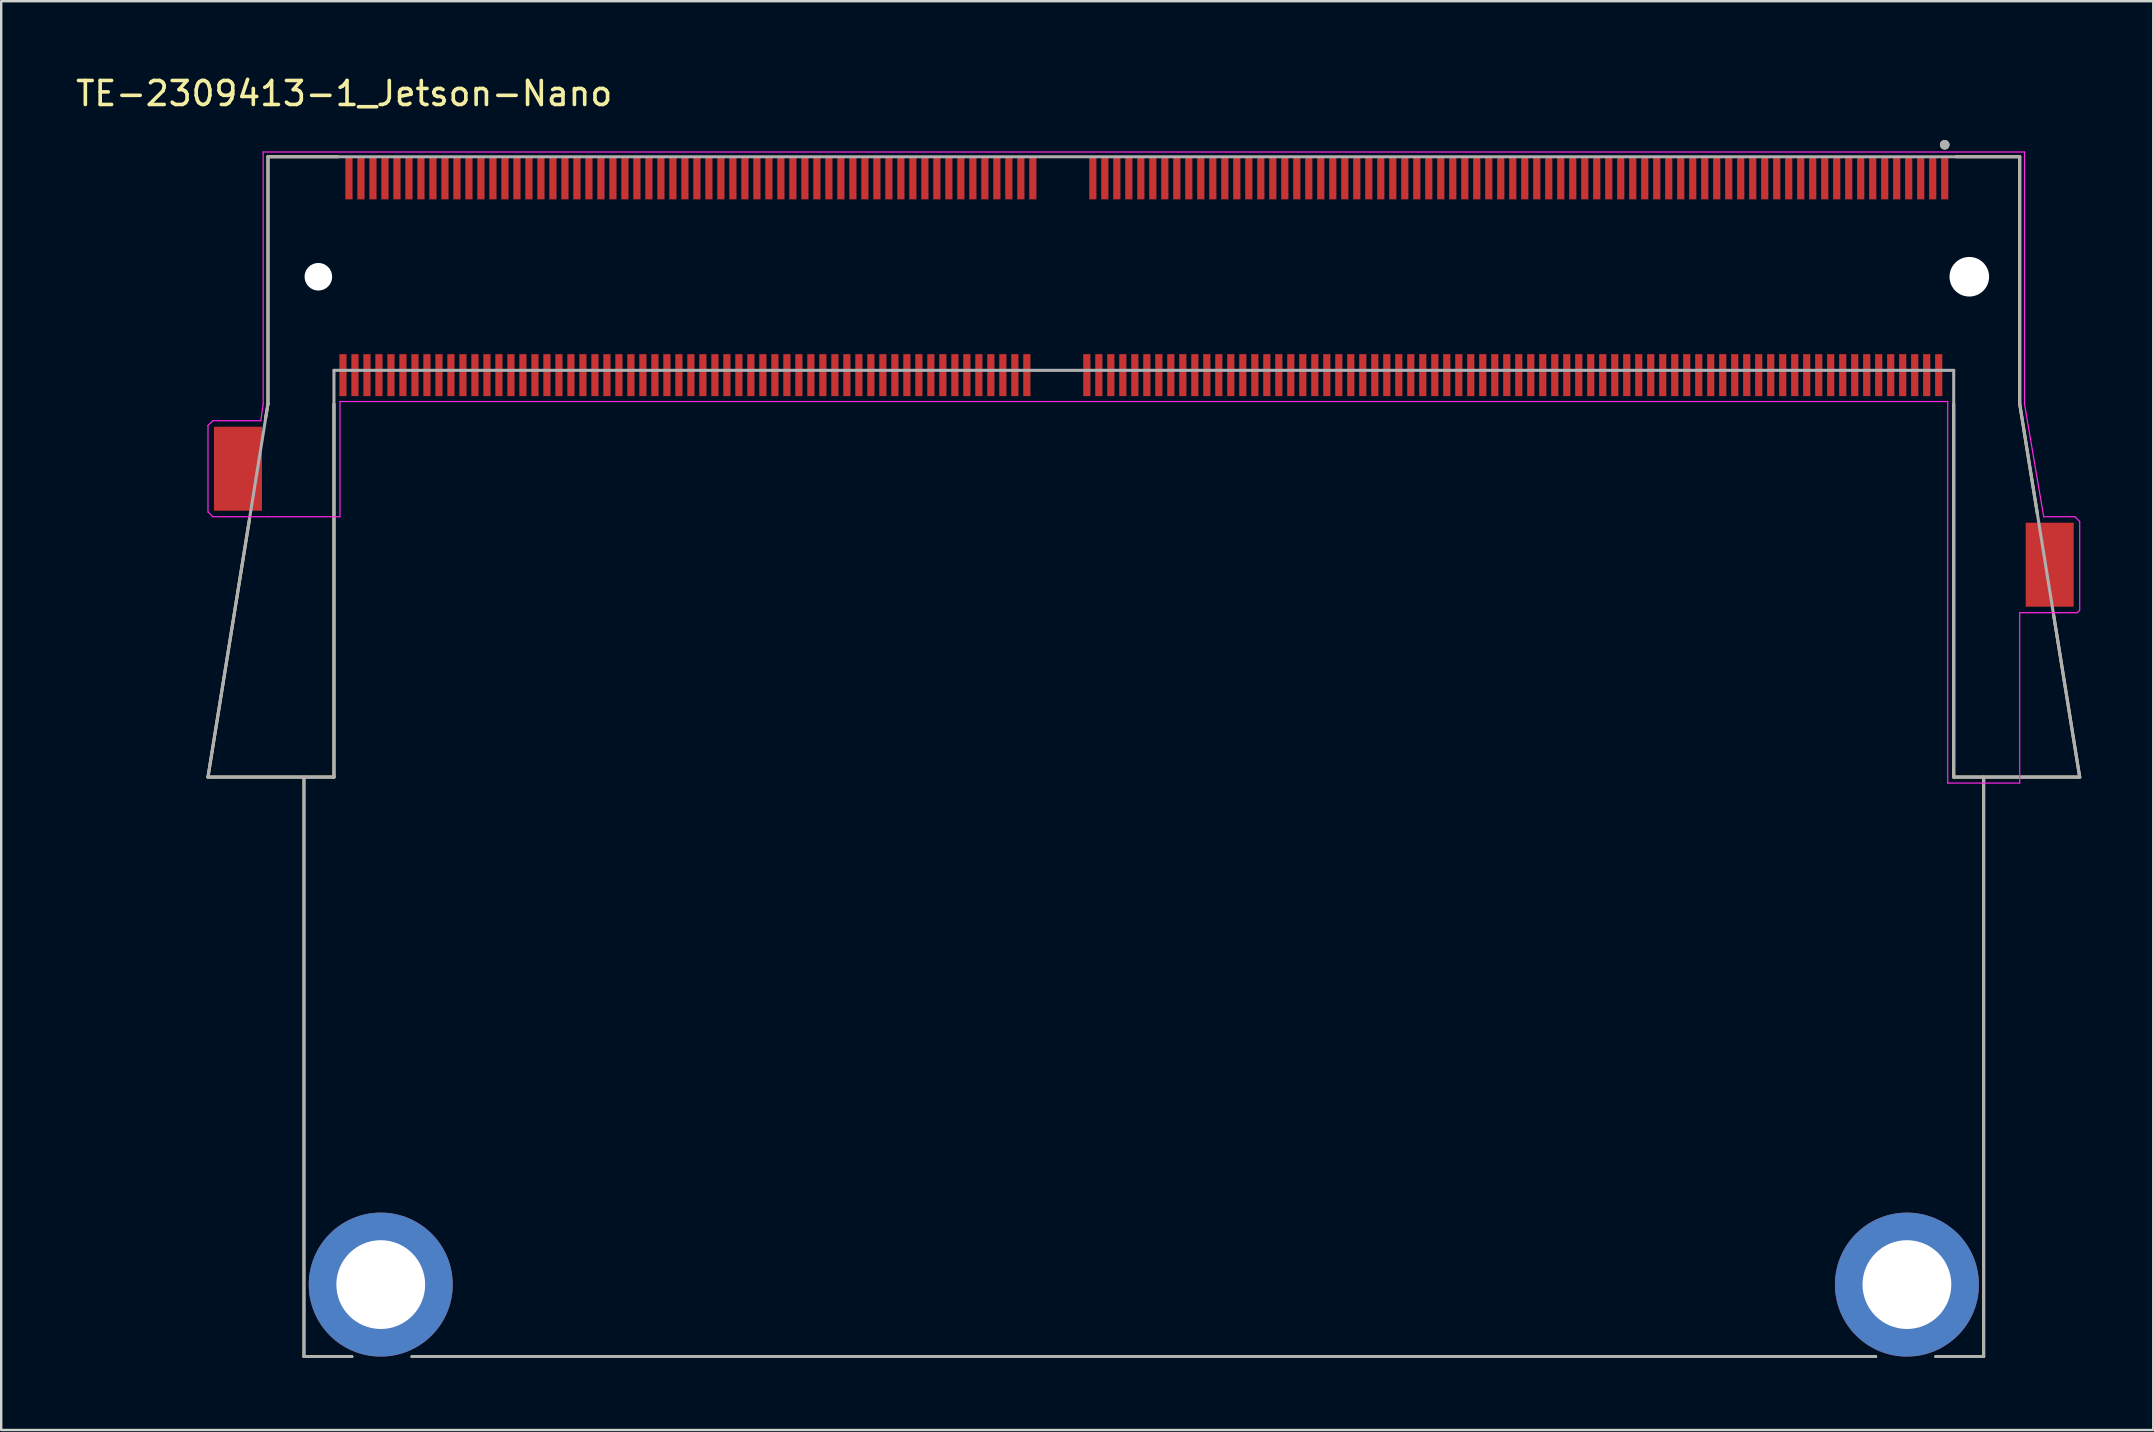
<source format=kicad_pcb>
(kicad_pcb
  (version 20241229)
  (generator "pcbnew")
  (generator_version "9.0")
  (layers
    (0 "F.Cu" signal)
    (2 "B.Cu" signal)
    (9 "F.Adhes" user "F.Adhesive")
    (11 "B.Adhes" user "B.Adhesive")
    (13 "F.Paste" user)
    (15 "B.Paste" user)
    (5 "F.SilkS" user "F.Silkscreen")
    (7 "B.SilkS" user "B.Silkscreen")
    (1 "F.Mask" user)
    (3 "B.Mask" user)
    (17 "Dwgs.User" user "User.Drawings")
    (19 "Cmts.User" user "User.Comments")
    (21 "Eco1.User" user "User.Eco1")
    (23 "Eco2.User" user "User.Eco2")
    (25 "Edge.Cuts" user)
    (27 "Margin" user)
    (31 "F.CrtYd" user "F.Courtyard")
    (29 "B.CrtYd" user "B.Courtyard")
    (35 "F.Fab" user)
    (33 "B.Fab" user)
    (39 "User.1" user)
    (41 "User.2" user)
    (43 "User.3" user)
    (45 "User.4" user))
  (footprint "TE-2309413-1_Jetson-Nano"
    (layer "F.Cu")
    (at 41.117 8.483)
    (property "Reference" "TE-2309413-1_Jetson-Nano" (at -29.825 -7.635 0) (layer "F.SilkS") (effects (font (size 1 1) (thickness 0.15))))
    (attr through_hole)
    (fp_line (start -35.5 20.85) (end -33.77 10.105) (stroke (width 0.127) (type solid)) (layer "F.SilkS"))
    (fp_line (start -35.5 20.85) (end -30.25 20.85) (stroke (width 0.127) (type solid)) (layer "F.SilkS"))
    (fp_line (start -33 -5) (end -33 5.3) (stroke (width 0.127) (type solid)) (layer "F.SilkS"))
    (fp_line (start -33 5.3) (end -33.1 5.9) (stroke (width 0.127) (type solid)) (layer "F.SilkS"))
    (fp_line (start -31.5 45) (end -31.5 20.85) (stroke (width 0.12) (type solid)) (layer "F.SilkS"))
    (fp_line (start -31.5 45) (end -29.5 45) (stroke (width 0.12) (type solid)) (layer "F.SilkS"))
    (fp_line (start -30.25 20.85) (end -30.25 5.3) (stroke (width 0.127) (type solid)) (layer "F.SilkS"))
    (fp_line (start -30.095 -5) (end -33 -5) (stroke (width 0.127) (type solid)) (layer "F.SilkS"))
    (fp_line (start -27 45) (end 34 45) (stroke (width 0.12) (type solid)) (layer "F.SilkS"))
    (fp_line (start 37.25 5.3) (end 37.25 20.85) (stroke (width 0.127) (type solid)) (layer "F.SilkS"))
    (fp_line (start 37.25 20.85) (end 42.5 20.85) (stroke (width 0.127) (type solid)) (layer "F.SilkS"))
    (fp_line (start 38.5 45) (end 36.5 45) (stroke (width 0.12) (type solid)) (layer "F.SilkS"))
    (fp_line (start 38.5 45) (end 38.5 20.85) (stroke (width 0.12) (type solid)) (layer "F.SilkS"))
    (fp_line (start 40 -5) (end 37.345 -5) (stroke (width 0.127) (type solid)) (layer "F.SilkS"))
    (fp_line (start 40 5.3) (end 40 -5) (stroke (width 0.127) (type solid)) (layer "F.SilkS"))
    (fp_line (start 40 5.3) (end 40.735 9.87) (stroke (width 0.127) (type solid)) (layer "F.SilkS"))
    (fp_line (start 42.5 20.85) (end 41.415 14.1) (stroke (width 0.127) (type solid)) (layer "F.SilkS"))
    (fp_circle (center 36.875 -5.5) (end 36.975 -5.5) (stroke (width 0.2) (type solid)) (fill no) (layer "F.SilkS"))
    (fp_line (start -35.5 9.8) (end -35.5 6.2) (stroke (width 0.05) (type solid)) (layer "F.CrtYd"))
    (fp_line (start -35.5 9.8) (end -35.3 10) (stroke (width 0.05) (type solid)) (layer "F.CrtYd"))
    (fp_line (start -35.3 6) (end -35.5 6.2) (stroke (width 0.05) (type solid)) (layer "F.CrtYd"))
    (fp_line (start -35.3 10) (end -33 10) (stroke (width 0.05) (type solid)) (layer "F.CrtYd"))
    (fp_line (start -33.3 6) (end -35.3 6) (stroke (width 0.05) (type solid)) (layer "F.CrtYd"))
    (fp_line (start -33.3 6) (end -33.2 5.3) (stroke (width 0.05) (type solid)) (layer "F.CrtYd"))
    (fp_line (start -33.2 -5.2) (end 40.2 -5.2) (stroke (width 0.05) (type solid)) (layer "F.CrtYd"))
    (fp_line (start -33.2 5.3) (end -33.2 -5.2) (stroke (width 0.05) (type solid)) (layer "F.CrtYd"))
    (fp_line (start -33 10) (end -30 10) (stroke (width 0.05) (type solid)) (layer "F.CrtYd"))
    (fp_line (start -30 5.2) (end -30 10) (stroke (width 0.05) (type solid)) (layer "F.CrtYd"))
    (fp_line (start 37 5.2) (end -30 5.2) (stroke (width 0.05) (type solid)) (layer "F.CrtYd"))
    (fp_line (start 37 21.1) (end 37 5.2) (stroke (width 0.05) (type solid)) (layer "F.CrtYd"))
    (fp_line (start 40 14) (end 40 21.1) (stroke (width 0.05) (type solid)) (layer "F.CrtYd"))
    (fp_line (start 40 21.1) (end 37 21.1) (stroke (width 0.05) (type solid)) (layer "F.CrtYd"))
    (fp_line (start 40.2 -5.2) (end 40.2 5.3) (stroke (width 0.05) (type solid)) (layer "F.CrtYd"))
    (fp_line (start 40.2 5.3) (end 41 10) (stroke (width 0.05) (type solid)) (layer "F.CrtYd"))
    (fp_line (start 42.3 10) (end 41 10) (stroke (width 0.05) (type solid)) (layer "F.CrtYd"))
    (fp_line (start 42.4 14) (end 40 14) (stroke (width 0.05) (type solid)) (layer "F.CrtYd"))
    (fp_line (start 42.5 10.2) (end 42.3 10) (stroke (width 0.05) (type solid)) (layer "F.CrtYd"))
    (fp_line (start 42.5 10.2) (end 42.5 13.9) (stroke (width 0.05) (type solid)) (layer "F.CrtYd"))
    (fp_line (start 42.5 13.9) (end 42.4 14) (stroke (width 0.05) (type solid)) (layer "F.CrtYd"))
    (fp_line (start -35.5 20.85) (end -30.25 20.85) (stroke (width 0.127) (type solid)) (layer "F.Fab"))
    (fp_line (start -33 -5) (end -33 5.3) (stroke (width 0.127) (type solid)) (layer "F.Fab"))
    (fp_line (start -33 5.3) (end -35.5 20.85) (stroke (width 0.127) (type solid)) (layer "F.Fab"))
    (fp_line (start -31.5 45) (end -31.5 20.85) (stroke (width 0.12) (type solid)) (layer "F.Fab"))
    (fp_line (start -31.5 45) (end -29.5 45) (stroke (width 0.12) (type solid)) (layer "F.Fab"))
    (fp_line (start -30.25 3.9) (end 37.25 3.9) (stroke (width 0.127) (type solid)) (layer "F.Fab"))
    (fp_line (start -30.25 20.85) (end -30.25 3.9) (stroke (width 0.127) (type solid)) (layer "F.Fab"))
    (fp_line (start -27 45) (end 34 45) (stroke (width 0.12) (type solid)) (layer "F.Fab"))
    (fp_line (start 37.25 3.9) (end 37.25 20.85) (stroke (width 0.127) (type solid)) (layer "F.Fab"))
    (fp_line (start 37.25 20.85) (end 42.5 20.85) (stroke (width 0.127) (type solid)) (layer "F.Fab"))
    (fp_line (start 38.5 45) (end 36.5 45) (stroke (width 0.12) (type solid)) (layer "F.Fab"))
    (fp_line (start 38.5 45) (end 38.5 20.85) (stroke (width 0.12) (type solid)) (layer "F.Fab"))
    (fp_line (start 40 -5) (end -33 -5) (stroke (width 0.127) (type solid)) (layer "F.Fab"))
    (fp_line (start 40 5.3) (end 40 -5) (stroke (width 0.127) (type solid)) (layer "F.Fab"))
    (fp_line (start 42.5 20.85) (end 40 5.3) (stroke (width 0.127) (type solid)) (layer "F.Fab"))
    (fp_circle (center 36.875 -5.5) (end 36.975 -5.5) (stroke (width 0.2) (type solid)) (fill no) (layer "F.Fab"))
    (pad "" np_thru_hole circle (at -30.9 0) (size 1.15 1.15) (drill 1.15) (layers "*.Cu" "*.Mask"))
    (pad "" np_thru_hole circle (at 37.9 0) (size 1.65 1.65) (drill 1.65) (layers "*.Cu" "*.Mask"))
    (pad "1" smd rect (at 36.875 -4.1 90) (size 1.75 0.3) (layers "F.Cu" "F.Mask" "F.Paste"))
    (pad "2" smd rect (at 36.625 4.1 90) (size 1.75 0.3) (layers "F.Cu" "F.Mask" "F.Paste"))
    (pad "3" smd rect (at 36.375 -4.1 90) (size 1.75 0.3) (layers "F.Cu" "F.Mask" "F.Paste"))
    (pad "4" smd rect (at 36.125 4.1 90) (size 1.75 0.3) (layers "F.Cu" "F.Mask" "F.Paste"))
    (pad "5" smd rect (at 35.875 -4.1 90) (size 1.75 0.3) (layers "F.Cu" "F.Mask" "F.Paste"))
    (pad "6" smd rect (at 35.625 4.1 90) (size 1.75 0.3) (layers "F.Cu" "F.Mask" "F.Paste"))
    (pad "7" smd rect (at 35.375 -4.1 90) (size 1.75 0.3) (layers "F.Cu" "F.Mask" "F.Paste"))
    (pad "8" smd rect (at 35.125 4.1 90) (size 1.75 0.3) (layers "F.Cu" "F.Mask" "F.Paste"))
    (pad "9" smd rect (at 34.875 -4.1 90) (size 1.75 0.3) (layers "F.Cu" "F.Mask" "F.Paste"))
    (pad "10" smd rect (at 34.625 4.1 90) (size 1.75 0.3) (layers "F.Cu" "F.Mask" "F.Paste"))
    (pad "11" smd rect (at 34.375 -4.1 90) (size 1.75 0.3) (layers "F.Cu" "F.Mask" "F.Paste"))
    (pad "12" smd rect (at 34.125 4.1 90) (size 1.75 0.3) (layers "F.Cu" "F.Mask" "F.Paste"))
    (pad "13" smd rect (at 33.875 -4.1 90) (size 1.75 0.3) (layers "F.Cu" "F.Mask" "F.Paste"))
    (pad "14" smd rect (at 33.625 4.1 90) (size 1.75 0.3) (layers "F.Cu" "F.Mask" "F.Paste"))
    (pad "15" smd rect (at 33.375 -4.1 90) (size 1.75 0.3) (layers "F.Cu" "F.Mask" "F.Paste"))
    (pad "16" smd rect (at 33.125 4.1 90) (size 1.75 0.3) (layers "F.Cu" "F.Mask" "F.Paste"))
    (pad "17" smd rect (at 32.875 -4.1 90) (size 1.75 0.3) (layers "F.Cu" "F.Mask" "F.Paste"))
    (pad "18" smd rect (at 32.625 4.1 90) (size 1.75 0.3) (layers "F.Cu" "F.Mask" "F.Paste"))
    (pad "19" smd rect (at 32.375 -4.1 90) (size 1.75 0.3) (layers "F.Cu" "F.Mask" "F.Paste"))
    (pad "20" smd rect (at 32.125 4.1 90) (size 1.75 0.3) (layers "F.Cu" "F.Mask" "F.Paste"))
    (pad "21" smd rect (at 31.875 -4.1 90) (size 1.75 0.3) (layers "F.Cu" "F.Mask" "F.Paste"))
    (pad "22" smd rect (at 31.625 4.1 90) (size 1.75 0.3) (layers "F.Cu" "F.Mask" "F.Paste"))
    (pad "23" smd rect (at 31.375 -4.1 90) (size 1.75 0.3) (layers "F.Cu" "F.Mask" "F.Paste"))
    (pad "24" smd rect (at 31.125 4.1 90) (size 1.75 0.3) (layers "F.Cu" "F.Mask" "F.Paste"))
    (pad "25" smd rect (at 30.875 -4.1 90) (size 1.75 0.3) (layers "F.Cu" "F.Mask" "F.Paste"))
    (pad "26" smd rect (at 30.625 4.1 90) (size 1.75 0.3) (layers "F.Cu" "F.Mask" "F.Paste"))
    (pad "27" smd rect (at 30.375 -4.1 90) (size 1.75 0.3) (layers "F.Cu" "F.Mask" "F.Paste"))
    (pad "28" smd rect (at 30.125 4.1 90) (size 1.75 0.3) (layers "F.Cu" "F.Mask" "F.Paste"))
    (pad "29" smd rect (at 29.875 -4.1 90) (size 1.75 0.3) (layers "F.Cu" "F.Mask" "F.Paste"))
    (pad "30" smd rect (at 29.625 4.1 90) (size 1.75 0.3) (layers "F.Cu" "F.Mask" "F.Paste"))
    (pad "31" smd rect (at 29.375 -4.1 90) (size 1.75 0.3) (layers "F.Cu" "F.Mask" "F.Paste"))
    (pad "32" smd rect (at 29.125 4.1 90) (size 1.75 0.3) (layers "F.Cu" "F.Mask" "F.Paste"))
    (pad "33" smd rect (at 28.875 -4.1 90) (size 1.75 0.3) (layers "F.Cu" "F.Mask" "F.Paste"))
    (pad "34" smd rect (at 28.625 4.1 90) (size 1.75 0.3) (layers "F.Cu" "F.Mask" "F.Paste"))
    (pad "35" smd rect (at 28.375 -4.1 90) (size 1.75 0.3) (layers "F.Cu" "F.Mask" "F.Paste"))
    (pad "36" smd rect (at 28.125 4.1 90) (size 1.75 0.3) (layers "F.Cu" "F.Mask" "F.Paste"))
    (pad "37" smd rect (at 27.875 -4.1 90) (size 1.75 0.3) (layers "F.Cu" "F.Mask" "F.Paste"))
    (pad "38" smd rect (at 27.625 4.1 90) (size 1.75 0.3) (layers "F.Cu" "F.Mask" "F.Paste"))
    (pad "39" smd rect (at 27.375 -4.1 90) (size 1.75 0.3) (layers "F.Cu" "F.Mask" "F.Paste"))
    (pad "40" smd rect (at 27.125 4.1 90) (size 1.75 0.3) (layers "F.Cu" "F.Mask" "F.Paste"))
    (pad "41" smd rect (at 26.875 -4.1 90) (size 1.75 0.3) (layers "F.Cu" "F.Mask" "F.Paste"))
    (pad "42" smd rect (at 26.625 4.1 90) (size 1.75 0.3) (layers "F.Cu" "F.Mask" "F.Paste"))
    (pad "43" smd rect (at 26.375 -4.1 90) (size 1.75 0.3) (layers "F.Cu" "F.Mask" "F.Paste"))
    (pad "44" smd rect (at 26.125 4.1 90) (size 1.75 0.3) (layers "F.Cu" "F.Mask" "F.Paste"))
    (pad "45" smd rect (at 25.875 -4.1 90) (size 1.75 0.3) (layers "F.Cu" "F.Mask" "F.Paste"))
    (pad "46" smd rect (at 25.625 4.1 90) (size 1.75 0.3) (layers "F.Cu" "F.Mask" "F.Paste"))
    (pad "47" smd rect (at 25.375 -4.1 90) (size 1.75 0.3) (layers "F.Cu" "F.Mask" "F.Paste"))
    (pad "48" smd rect (at 25.125 4.1 90) (size 1.75 0.3) (layers "F.Cu" "F.Mask" "F.Paste"))
    (pad "49" smd rect (at 24.875 -4.1 90) (size 1.75 0.3) (layers "F.Cu" "F.Mask" "F.Paste"))
    (pad "50" smd rect (at 24.625 4.1 90) (size 1.75 0.3) (layers "F.Cu" "F.Mask" "F.Paste"))
    (pad "51" smd rect (at 24.375 -4.1 90) (size 1.75 0.3) (layers "F.Cu" "F.Mask" "F.Paste"))
    (pad "52" smd rect (at 24.125 4.1 90) (size 1.75 0.3) (layers "F.Cu" "F.Mask" "F.Paste"))
    (pad "53" smd rect (at 23.875 -4.1 90) (size 1.75 0.3) (layers "F.Cu" "F.Mask" "F.Paste"))
    (pad "54" smd rect (at 23.625 4.1 90) (size 1.75 0.3) (layers "F.Cu" "F.Mask" "F.Paste"))
    (pad "55" smd rect (at 23.375 -4.1 90) (size 1.75 0.3) (layers "F.Cu" "F.Mask" "F.Paste"))
    (pad "56" smd rect (at 23.125 4.1 90) (size 1.75 0.3) (layers "F.Cu" "F.Mask" "F.Paste"))
    (pad "57" smd rect (at 22.875 -4.1 90) (size 1.75 0.3) (layers "F.Cu" "F.Mask" "F.Paste"))
    (pad "58" smd rect (at 22.625 4.1 90) (size 1.75 0.3) (layers "F.Cu" "F.Mask" "F.Paste"))
    (pad "59" smd rect (at 22.375 -4.1 90) (size 1.75 0.3) (layers "F.Cu" "F.Mask" "F.Paste"))
    (pad "60" smd rect (at 22.125 4.1 90) (size 1.75 0.3) (layers "F.Cu" "F.Mask" "F.Paste"))
    (pad "61" smd rect (at 21.875 -4.1 90) (size 1.75 0.3) (layers "F.Cu" "F.Mask" "F.Paste"))
    (pad "62" smd rect (at 21.625 4.1 90) (size 1.75 0.3) (layers "F.Cu" "F.Mask" "F.Paste"))
    (pad "63" smd rect (at 21.375 -4.1 90) (size 1.75 0.3) (layers "F.Cu" "F.Mask" "F.Paste"))
    (pad "64" smd rect (at 21.125 4.1 90) (size 1.75 0.3) (layers "F.Cu" "F.Mask" "F.Paste"))
    (pad "65" smd rect (at 20.875 -4.1 90) (size 1.75 0.3) (layers "F.Cu" "F.Mask" "F.Paste"))
    (pad "66" smd rect (at 20.625 4.1 90) (size 1.75 0.3) (layers "F.Cu" "F.Mask" "F.Paste"))
    (pad "67" smd rect (at 20.375 -4.1 90) (size 1.75 0.3) (layers "F.Cu" "F.Mask" "F.Paste"))
    (pad "68" smd rect (at 20.125 4.1 90) (size 1.75 0.3) (layers "F.Cu" "F.Mask" "F.Paste"))
    (pad "69" smd rect (at 19.875 -4.1 90) (size 1.75 0.3) (layers "F.Cu" "F.Mask" "F.Paste"))
    (pad "70" smd rect (at 19.625 4.1 90) (size 1.75 0.3) (layers "F.Cu" "F.Mask" "F.Paste"))
    (pad "71" smd rect (at 19.375 -4.1 90) (size 1.75 0.3) (layers "F.Cu" "F.Mask" "F.Paste"))
    (pad "72" smd rect (at 19.125 4.1 90) (size 1.75 0.3) (layers "F.Cu" "F.Mask" "F.Paste"))
    (pad "73" smd rect (at 18.875 -4.1 90) (size 1.75 0.3) (layers "F.Cu" "F.Mask" "F.Paste"))
    (pad "74" smd rect (at 18.625 4.1 90) (size 1.75 0.3) (layers "F.Cu" "F.Mask" "F.Paste"))
    (pad "75" smd rect (at 18.375 -4.1 90) (size 1.75 0.3) (layers "F.Cu" "F.Mask" "F.Paste"))
    (pad "76" smd rect (at 18.125 4.1 90) (size 1.75 0.3) (layers "F.Cu" "F.Mask" "F.Paste"))
    (pad "77" smd rect (at 17.875 -4.1 90) (size 1.75 0.3) (layers "F.Cu" "F.Mask" "F.Paste"))
    (pad "78" smd rect (at 17.625 4.1 90) (size 1.75 0.3) (layers "F.Cu" "F.Mask" "F.Paste"))
    (pad "79" smd rect (at 17.375 -4.1 90) (size 1.75 0.3) (layers "F.Cu" "F.Mask" "F.Paste"))
    (pad "80" smd rect (at 17.125 4.1 90) (size 1.75 0.3) (layers "F.Cu" "F.Mask" "F.Paste"))
    (pad "81" smd rect (at 16.875 -4.1 90) (size 1.75 0.3) (layers "F.Cu" "F.Mask" "F.Paste"))
    (pad "82" smd rect (at 16.625 4.1 90) (size 1.75 0.3) (layers "F.Cu" "F.Mask" "F.Paste"))
    (pad "83" smd rect (at 16.375 -4.1 90) (size 1.75 0.3) (layers "F.Cu" "F.Mask" "F.Paste"))
    (pad "84" smd rect (at 16.125 4.1 90) (size 1.75 0.3) (layers "F.Cu" "F.Mask" "F.Paste"))
    (pad "85" smd rect (at 15.875 -4.1 90) (size 1.75 0.3) (layers "F.Cu" "F.Mask" "F.Paste"))
    (pad "86" smd rect (at 15.625 4.1 90) (size 1.75 0.3) (layers "F.Cu" "F.Mask" "F.Paste"))
    (pad "87" smd rect (at 15.375 -4.1 90) (size 1.75 0.3) (layers "F.Cu" "F.Mask" "F.Paste"))
    (pad "88" smd rect (at 15.125 4.1 90) (size 1.75 0.3) (layers "F.Cu" "F.Mask" "F.Paste"))
    (pad "89" smd rect (at 14.875 -4.1 90) (size 1.75 0.3) (layers "F.Cu" "F.Mask" "F.Paste"))
    (pad "90" smd rect (at 14.625 4.1 90) (size 1.75 0.3) (layers "F.Cu" "F.Mask" "F.Paste"))
    (pad "91" smd rect (at 14.375 -4.1 90) (size 1.75 0.3) (layers "F.Cu" "F.Mask" "F.Paste"))
    (pad "92" smd rect (at 14.125 4.1 90) (size 1.75 0.3) (layers "F.Cu" "F.Mask" "F.Paste"))
    (pad "93" smd rect (at 13.875 -4.1 90) (size 1.75 0.3) (layers "F.Cu" "F.Mask" "F.Paste"))
    (pad "94" smd rect (at 13.625 4.1 90) (size 1.75 0.3) (layers "F.Cu" "F.Mask" "F.Paste"))
    (pad "95" smd rect (at 13.375 -4.1 90) (size 1.75 0.3) (layers "F.Cu" "F.Mask" "F.Paste"))
    (pad "96" smd rect (at 13.125 4.1 90) (size 1.75 0.3) (layers "F.Cu" "F.Mask" "F.Paste"))
    (pad "97" smd rect (at 12.875 -4.1 90) (size 1.75 0.3) (layers "F.Cu" "F.Mask" "F.Paste"))
    (pad "98" smd rect (at 12.625 4.1 90) (size 1.75 0.3) (layers "F.Cu" "F.Mask" "F.Paste"))
    (pad "99" smd rect (at 12.375 -4.1 90) (size 1.75 0.3) (layers "F.Cu" "F.Mask" "F.Paste"))
    (pad "100" smd rect (at 12.125 4.1 90) (size 1.75 0.3) (layers "F.Cu" "F.Mask" "F.Paste"))
    (pad "101" smd rect (at 11.875 -4.1 90) (size 1.75 0.3) (layers "F.Cu" "F.Mask" "F.Paste"))
    (pad "102" smd rect (at 11.625 4.1 90) (size 1.75 0.3) (layers "F.Cu" "F.Mask" "F.Paste"))
    (pad "103" smd rect (at 11.375 -4.1 90) (size 1.75 0.3) (layers "F.Cu" "F.Mask" "F.Paste"))
    (pad "104" smd rect (at 11.125 4.1 90) (size 1.75 0.3) (layers "F.Cu" "F.Mask" "F.Paste"))
    (pad "105" smd rect (at 10.875 -4.1 90) (size 1.75 0.3) (layers "F.Cu" "F.Mask" "F.Paste"))
    (pad "106" smd rect (at 10.625 4.1 90) (size 1.75 0.3) (layers "F.Cu" "F.Mask" "F.Paste"))
    (pad "107" smd rect (at 10.375 -4.1 90) (size 1.75 0.3) (layers "F.Cu" "F.Mask" "F.Paste"))
    (pad "108" smd rect (at 10.125 4.1 90) (size 1.75 0.3) (layers "F.Cu" "F.Mask" "F.Paste"))
    (pad "109" smd rect (at 9.875 -4.1 90) (size 1.75 0.3) (layers "F.Cu" "F.Mask" "F.Paste"))
    (pad "110" smd rect (at 9.625 4.1 90) (size 1.75 0.3) (layers "F.Cu" "F.Mask" "F.Paste"))
    (pad "111" smd rect (at 9.375 -4.1 90) (size 1.75 0.3) (layers "F.Cu" "F.Mask" "F.Paste"))
    (pad "112" smd rect (at 9.125 4.1 90) (size 1.75 0.3) (layers "F.Cu" "F.Mask" "F.Paste"))
    (pad "113" smd rect (at 8.875 -4.1 90) (size 1.75 0.3) (layers "F.Cu" "F.Mask" "F.Paste"))
    (pad "114" smd rect (at 8.625 4.1 90) (size 1.75 0.3) (layers "F.Cu" "F.Mask" "F.Paste"))
    (pad "115" smd rect (at 8.375 -4.1 90) (size 1.75 0.3) (layers "F.Cu" "F.Mask" "F.Paste"))
    (pad "116" smd rect (at 8.125 4.1 90) (size 1.75 0.3) (layers "F.Cu" "F.Mask" "F.Paste"))
    (pad "117" smd rect (at 7.875 -4.1 90) (size 1.75 0.3) (layers "F.Cu" "F.Mask" "F.Paste"))
    (pad "118" smd rect (at 7.625 4.1 90) (size 1.75 0.3) (layers "F.Cu" "F.Mask" "F.Paste"))
    (pad "119" smd rect (at 7.375 -4.1 90) (size 1.75 0.3) (layers "F.Cu" "F.Mask" "F.Paste"))
    (pad "120" smd rect (at 7.125 4.1 90) (size 1.75 0.3) (layers "F.Cu" "F.Mask" "F.Paste"))
    (pad "121" smd rect (at 6.875 -4.1 90) (size 1.75 0.3) (layers "F.Cu" "F.Mask" "F.Paste"))
    (pad "122" smd rect (at 6.625 4.1 90) (size 1.75 0.3) (layers "F.Cu" "F.Mask" "F.Paste"))
    (pad "123" smd rect (at 6.375 -4.1 90) (size 1.75 0.3) (layers "F.Cu" "F.Mask" "F.Paste"))
    (pad "124" smd rect (at 6.125 4.1 90) (size 1.75 0.3) (layers "F.Cu" "F.Mask" "F.Paste"))
    (pad "125" smd rect (at 5.875 -4.1 90) (size 1.75 0.3) (layers "F.Cu" "F.Mask" "F.Paste"))
    (pad "126" smd rect (at 5.625 4.1 90) (size 1.75 0.3) (layers "F.Cu" "F.Mask" "F.Paste"))
    (pad "127" smd rect (at 5.375 -4.1 90) (size 1.75 0.3) (layers "F.Cu" "F.Mask" "F.Paste"))
    (pad "128" smd rect (at 5.125 4.1 90) (size 1.75 0.3) (layers "F.Cu" "F.Mask" "F.Paste"))
    (pad "129" smd rect (at 4.875 -4.1 90) (size 1.75 0.3) (layers "F.Cu" "F.Mask" "F.Paste"))
    (pad "130" smd rect (at 4.625 4.1 90) (size 1.75 0.3) (layers "F.Cu" "F.Mask" "F.Paste"))
    (pad "131" smd rect (at 4.375 -4.1 90) (size 1.75 0.3) (layers "F.Cu" "F.Mask" "F.Paste"))
    (pad "132" smd rect (at 4.125 4.1 90) (size 1.75 0.3) (layers "F.Cu" "F.Mask" "F.Paste"))
    (pad "133" smd rect (at 3.875 -4.1 90) (size 1.75 0.3) (layers "F.Cu" "F.Mask" "F.Paste"))
    (pad "134" smd rect (at 3.625 4.1 90) (size 1.75 0.3) (layers "F.Cu" "F.Mask" "F.Paste"))
    (pad "135" smd rect (at 3.375 -4.1 90) (size 1.75 0.3) (layers "F.Cu" "F.Mask" "F.Paste"))
    (pad "136" smd rect (at 3.125 4.1 90) (size 1.75 0.3) (layers "F.Cu" "F.Mask" "F.Paste"))
    (pad "137" smd rect (at 2.875 -4.1 90) (size 1.75 0.3) (layers "F.Cu" "F.Mask" "F.Paste"))
    (pad "138" smd rect (at 2.625 4.1 90) (size 1.75 0.3) (layers "F.Cu" "F.Mask" "F.Paste"))
    (pad "139" smd rect (at 2.375 -4.1 90) (size 1.75 0.3) (layers "F.Cu" "F.Mask" "F.Paste"))
    (pad "140" smd rect (at 2.125 4.1 90) (size 1.75 0.3) (layers "F.Cu" "F.Mask" "F.Paste"))
    (pad "141" smd rect (at 1.875 -4.1 90) (size 1.75 0.3) (layers "F.Cu" "F.Mask" "F.Paste"))
    (pad "142" smd rect (at 1.625 4.1 90) (size 1.75 0.3) (layers "F.Cu" "F.Mask" "F.Paste"))
    (pad "143" smd rect (at 1.375 -4.1 90) (size 1.75 0.3) (layers "F.Cu" "F.Mask" "F.Paste"))
    (pad "144" smd rect (at 1.125 4.1 90) (size 1.75 0.3) (layers "F.Cu" "F.Mask" "F.Paste"))
    (pad "145" smd rect (at -1.125 -4.1 90) (size 1.75 0.3) (layers "F.Cu" "F.Mask" "F.Paste"))
    (pad "146" smd rect (at -1.375 4.1 90) (size 1.75 0.3) (layers "F.Cu" "F.Mask" "F.Paste"))
    (pad "147" smd rect (at -1.625 -4.1 90) (size 1.75 0.3) (layers "F.Cu" "F.Mask" "F.Paste"))
    (pad "148" smd rect (at -1.875 4.1 90) (size 1.75 0.3) (layers "F.Cu" "F.Mask" "F.Paste"))
    (pad "149" smd rect (at -2.125 -4.1 90) (size 1.75 0.3) (layers "F.Cu" "F.Mask" "F.Paste"))
    (pad "150" smd rect (at -2.375 4.1 90) (size 1.75 0.3) (layers "F.Cu" "F.Mask" "F.Paste"))
    (pad "151" smd rect (at -2.625 -4.1 90) (size 1.75 0.3) (layers "F.Cu" "F.Mask" "F.Paste"))
    (pad "152" smd rect (at -2.875 4.1 90) (size 1.75 0.3) (layers "F.Cu" "F.Mask" "F.Paste"))
    (pad "153" smd rect (at -3.125 -4.1 90) (size 1.75 0.3) (layers "F.Cu" "F.Mask" "F.Paste"))
    (pad "154" smd rect (at -3.375 4.1 90) (size 1.75 0.3) (layers "F.Cu" "F.Mask" "F.Paste"))
    (pad "155" smd rect (at -3.625 -4.1 90) (size 1.75 0.3) (layers "F.Cu" "F.Mask" "F.Paste"))
    (pad "156" smd rect (at -3.875 4.1 90) (size 1.75 0.3) (layers "F.Cu" "F.Mask" "F.Paste"))
    (pad "157" smd rect (at -4.125 -4.1 90) (size 1.75 0.3) (layers "F.Cu" "F.Mask" "F.Paste"))
    (pad "158" smd rect (at -4.375 4.1 90) (size 1.75 0.3) (layers "F.Cu" "F.Mask" "F.Paste"))
    (pad "159" smd rect (at -4.625 -4.1 90) (size 1.75 0.3) (layers "F.Cu" "F.Mask" "F.Paste"))
    (pad "160" smd rect (at -4.875 4.1 90) (size 1.75 0.3) (layers "F.Cu" "F.Mask" "F.Paste"))
    (pad "161" smd rect (at -5.125 -4.1 90) (size 1.75 0.3) (layers "F.Cu" "F.Mask" "F.Paste"))
    (pad "162" smd rect (at -5.375 4.1 90) (size 1.75 0.3) (layers "F.Cu" "F.Mask" "F.Paste"))
    (pad "163" smd rect (at -5.625 -4.1 90) (size 1.75 0.3) (layers "F.Cu" "F.Mask" "F.Paste"))
    (pad "164" smd rect (at -5.875 4.1 90) (size 1.75 0.3) (layers "F.Cu" "F.Mask" "F.Paste"))
    (pad "165" smd rect (at -6.125 -4.1 90) (size 1.75 0.3) (layers "F.Cu" "F.Mask" "F.Paste"))
    (pad "166" smd rect (at -6.375 4.1 90) (size 1.75 0.3) (layers "F.Cu" "F.Mask" "F.Paste"))
    (pad "167" smd rect (at -6.625 -4.1 90) (size 1.75 0.3) (layers "F.Cu" "F.Mask" "F.Paste"))
    (pad "168" smd rect (at -6.875 4.1 90) (size 1.75 0.3) (layers "F.Cu" "F.Mask" "F.Paste"))
    (pad "169" smd rect (at -7.125 -4.1 90) (size 1.75 0.3) (layers "F.Cu" "F.Mask" "F.Paste"))
    (pad "170" smd rect (at -7.375 4.1 90) (size 1.75 0.3) (layers "F.Cu" "F.Mask" "F.Paste"))
    (pad "171" smd rect (at -7.625 -4.1 90) (size 1.75 0.3) (layers "F.Cu" "F.Mask" "F.Paste"))
    (pad "172" smd rect (at -7.875 4.1 90) (size 1.75 0.3) (layers "F.Cu" "F.Mask" "F.Paste"))
    (pad "173" smd rect (at -8.125 -4.1 90) (size 1.75 0.3) (layers "F.Cu" "F.Mask" "F.Paste"))
    (pad "174" smd rect (at -8.375 4.1 90) (size 1.75 0.3) (layers "F.Cu" "F.Mask" "F.Paste"))
    (pad "175" smd rect (at -8.625 -4.1 90) (size 1.75 0.3) (layers "F.Cu" "F.Mask" "F.Paste"))
    (pad "176" smd rect (at -8.875 4.1 90) (size 1.75 0.3) (layers "F.Cu" "F.Mask" "F.Paste"))
    (pad "177" smd rect (at -9.125 -4.1 90) (size 1.75 0.3) (layers "F.Cu" "F.Mask" "F.Paste"))
    (pad "178" smd rect (at -9.375 4.1 90) (size 1.75 0.3) (layers "F.Cu" "F.Mask" "F.Paste"))
    (pad "179" smd rect (at -9.625 -4.1 90) (size 1.75 0.3) (layers "F.Cu" "F.Mask" "F.Paste"))
    (pad "180" smd rect (at -9.875 4.1 90) (size 1.75 0.3) (layers "F.Cu" "F.Mask" "F.Paste"))
    (pad "181" smd rect (at -10.125 -4.1 90) (size 1.75 0.3) (layers "F.Cu" "F.Mask" "F.Paste"))
    (pad "182" smd rect (at -10.375 4.1 90) (size 1.75 0.3) (layers "F.Cu" "F.Mask" "F.Paste"))
    (pad "183" smd rect (at -10.625 -4.1 90) (size 1.75 0.3) (layers "F.Cu" "F.Mask" "F.Paste"))
    (pad "184" smd rect (at -10.875 4.1 90) (size 1.75 0.3) (layers "F.Cu" "F.Mask" "F.Paste"))
    (pad "185" smd rect (at -11.125 -4.1 90) (size 1.75 0.3) (layers "F.Cu" "F.Mask" "F.Paste"))
    (pad "186" smd rect (at -11.375 4.1 90) (size 1.75 0.3) (layers "F.Cu" "F.Mask" "F.Paste"))
    (pad "187" smd rect (at -11.625 -4.1 90) (size 1.75 0.3) (layers "F.Cu" "F.Mask" "F.Paste"))
    (pad "188" smd rect (at -11.875 4.1 90) (size 1.75 0.3) (layers "F.Cu" "F.Mask" "F.Paste"))
    (pad "189" smd rect (at -12.125 -4.1 90) (size 1.75 0.3) (layers "F.Cu" "F.Mask" "F.Paste"))
    (pad "190" smd rect (at -12.375 4.1 90) (size 1.75 0.3) (layers "F.Cu" "F.Mask" "F.Paste"))
    (pad "191" smd rect (at -12.625 -4.1 90) (size 1.75 0.3) (layers "F.Cu" "F.Mask" "F.Paste"))
    (pad "192" smd rect (at -12.875 4.1 90) (size 1.75 0.3) (layers "F.Cu" "F.Mask" "F.Paste"))
    (pad "193" smd rect (at -13.125 -4.1 90) (size 1.75 0.3) (layers "F.Cu" "F.Mask" "F.Paste"))
    (pad "194" smd rect (at -13.375 4.1 90) (size 1.75 0.3) (layers "F.Cu" "F.Mask" "F.Paste"))
    (pad "195" smd rect (at -13.625 -4.1 90) (size 1.75 0.3) (layers "F.Cu" "F.Mask" "F.Paste"))
    (pad "196" smd rect (at -13.875 4.1 90) (size 1.75 0.3) (layers "F.Cu" "F.Mask" "F.Paste"))
    (pad "197" smd rect (at -14.125 -4.1 90) (size 1.75 0.3) (layers "F.Cu" "F.Mask" "F.Paste"))
    (pad "198" smd rect (at -14.375 4.1 90) (size 1.75 0.3) (layers "F.Cu" "F.Mask" "F.Paste"))
    (pad "199" smd rect (at -14.625 -4.1 90) (size 1.75 0.3) (layers "F.Cu" "F.Mask" "F.Paste"))
    (pad "200" smd rect (at -14.875 4.1 90) (size 1.75 0.3) (layers "F.Cu" "F.Mask" "F.Paste"))
    (pad "201" smd rect (at -15.125 -4.1 90) (size 1.75 0.3) (layers "F.Cu" "F.Mask" "F.Paste"))
    (pad "202" smd rect (at -15.375 4.1 90) (size 1.75 0.3) (layers "F.Cu" "F.Mask" "F.Paste"))
    (pad "203" smd rect (at -15.625 -4.1 90) (size 1.75 0.3) (layers "F.Cu" "F.Mask" "F.Paste"))
    (pad "204" smd rect (at -15.875 4.1 90) (size 1.75 0.3) (layers "F.Cu" "F.Mask" "F.Paste"))
    (pad "205" smd rect (at -16.125 -4.1 90) (size 1.75 0.3) (layers "F.Cu" "F.Mask" "F.Paste"))
    (pad "206" smd rect (at -16.375 4.1 90) (size 1.75 0.3) (layers "F.Cu" "F.Mask" "F.Paste"))
    (pad "207" smd rect (at -16.625 -4.1 90) (size 1.75 0.3) (layers "F.Cu" "F.Mask" "F.Paste"))
    (pad "208" smd rect (at -16.875 4.1 90) (size 1.75 0.3) (layers "F.Cu" "F.Mask" "F.Paste"))
    (pad "209" smd rect (at -17.125 -4.1 90) (size 1.75 0.3) (layers "F.Cu" "F.Mask" "F.Paste"))
    (pad "210" smd rect (at -17.375 4.1 90) (size 1.75 0.3) (layers "F.Cu" "F.Mask" "F.Paste"))
    (pad "211" smd rect (at -17.625 -4.1 90) (size 1.75 0.3) (layers "F.Cu" "F.Mask" "F.Paste"))
    (pad "212" smd rect (at -17.875 4.1 90) (size 1.75 0.3) (layers "F.Cu" "F.Mask" "F.Paste"))
    (pad "213" smd rect (at -18.125 -4.1 90) (size 1.75 0.3) (layers "F.Cu" "F.Mask" "F.Paste"))
    (pad "214" smd rect (at -18.375 4.1 90) (size 1.75 0.3) (layers "F.Cu" "F.Mask" "F.Paste"))
    (pad "215" smd rect (at -18.625 -4.1 90) (size 1.75 0.3) (layers "F.Cu" "F.Mask" "F.Paste"))
    (pad "216" smd rect (at -18.875 4.1 90) (size 1.75 0.3) (layers "F.Cu" "F.Mask" "F.Paste"))
    (pad "217" smd rect (at -19.125 -4.1 90) (size 1.75 0.3) (layers "F.Cu" "F.Mask" "F.Paste"))
    (pad "218" smd rect (at -19.375 4.1 90) (size 1.75 0.3) (layers "F.Cu" "F.Mask" "F.Paste"))
    (pad "219" smd rect (at -19.625 -4.1 90) (size 1.75 0.3) (layers "F.Cu" "F.Mask" "F.Paste"))
    (pad "220" smd rect (at -19.875 4.1 90) (size 1.75 0.3) (layers "F.Cu" "F.Mask" "F.Paste"))
    (pad "221" smd rect (at -20.125 -4.1 90) (size 1.75 0.3) (layers "F.Cu" "F.Mask" "F.Paste"))
    (pad "222" smd rect (at -20.375 4.1 90) (size 1.75 0.3) (layers "F.Cu" "F.Mask" "F.Paste"))
    (pad "223" smd rect (at -20.625 -4.1 90) (size 1.75 0.3) (layers "F.Cu" "F.Mask" "F.Paste"))
    (pad "224" smd rect (at -20.875 4.1 90) (size 1.75 0.3) (layers "F.Cu" "F.Mask" "F.Paste"))
    (pad "225" smd rect (at -21.125 -4.1 90) (size 1.75 0.3) (layers "F.Cu" "F.Mask" "F.Paste"))
    (pad "226" smd rect (at -21.375 4.1 90) (size 1.75 0.3) (layers "F.Cu" "F.Mask" "F.Paste"))
    (pad "227" smd rect (at -21.625 -4.1 90) (size 1.75 0.3) (layers "F.Cu" "F.Mask" "F.Paste"))
    (pad "228" smd rect (at -21.875 4.1 90) (size 1.75 0.3) (layers "F.Cu" "F.Mask" "F.Paste"))
    (pad "229" smd rect (at -22.125 -4.1 90) (size 1.75 0.3) (layers "F.Cu" "F.Mask" "F.Paste"))
    (pad "230" smd rect (at -22.375 4.1 90) (size 1.75 0.3) (layers "F.Cu" "F.Mask" "F.Paste"))
    (pad "231" smd rect (at -22.625 -4.1 90) (size 1.75 0.3) (layers "F.Cu" "F.Mask" "F.Paste"))
    (pad "232" smd rect (at -22.875 4.1 90) (size 1.75 0.3) (layers "F.Cu" "F.Mask" "F.Paste"))
    (pad "233" smd rect (at -23.125 -4.1 90) (size 1.75 0.3) (layers "F.Cu" "F.Mask" "F.Paste"))
    (pad "234" smd rect (at -23.375 4.1 90) (size 1.75 0.3) (layers "F.Cu" "F.Mask" "F.Paste"))
    (pad "235" smd rect (at -23.625 -4.1 90) (size 1.75 0.3) (layers "F.Cu" "F.Mask" "F.Paste"))
    (pad "236" smd rect (at -23.875 4.1 90) (size 1.75 0.3) (layers "F.Cu" "F.Mask" "F.Paste"))
    (pad "237" smd rect (at -24.125 -4.1 90) (size 1.75 0.3) (layers "F.Cu" "F.Mask" "F.Paste"))
    (pad "238" smd rect (at -24.375 4.1 90) (size 1.75 0.3) (layers "F.Cu" "F.Mask" "F.Paste"))
    (pad "239" smd rect (at -24.625 -4.1 90) (size 1.75 0.3) (layers "F.Cu" "F.Mask" "F.Paste"))
    (pad "240" smd rect (at -24.875 4.1 90) (size 1.75 0.3) (layers "F.Cu" "F.Mask" "F.Paste"))
    (pad "241" smd rect (at -25.125 -4.1 90) (size 1.75 0.3) (layers "F.Cu" "F.Mask" "F.Paste"))
    (pad "242" smd rect (at -25.375 4.1 90) (size 1.75 0.3) (layers "F.Cu" "F.Mask" "F.Paste"))
    (pad "243" smd rect (at -25.625 -4.1 90) (size 1.75 0.3) (layers "F.Cu" "F.Mask" "F.Paste"))
    (pad "244" smd rect (at -25.875 4.1 90) (size 1.75 0.3) (layers "F.Cu" "F.Mask" "F.Paste"))
    (pad "245" smd rect (at -26.125 -4.1 90) (size 1.75 0.3) (layers "F.Cu" "F.Mask" "F.Paste"))
    (pad "246" smd rect (at -26.375 4.1 90) (size 1.75 0.3) (layers "F.Cu" "F.Mask" "F.Paste"))
    (pad "247" smd rect (at -26.625 -4.1 90) (size 1.75 0.3) (layers "F.Cu" "F.Mask" "F.Paste"))
    (pad "248" smd rect (at -26.875 4.1 90) (size 1.75 0.3) (layers "F.Cu" "F.Mask" "F.Paste"))
    (pad "249" smd rect (at -27.125 -4.1 90) (size 1.75 0.3) (layers "F.Cu" "F.Mask" "F.Paste"))
    (pad "250" smd rect (at -27.375 4.1 90) (size 1.75 0.3) (layers "F.Cu" "F.Mask" "F.Paste"))
    (pad "251" smd rect (at -27.625 -4.1 90) (size 1.75 0.3) (layers "F.Cu" "F.Mask" "F.Paste"))
    (pad "252" smd rect (at -27.875 4.1 90) (size 1.75 0.3) (layers "F.Cu" "F.Mask" "F.Paste"))
    (pad "253" smd rect (at -28.125 -4.1 90) (size 1.75 0.3) (layers "F.Cu" "F.Mask" "F.Paste"))
    (pad "254" smd rect (at -28.375 4.1 90) (size 1.75 0.3) (layers "F.Cu" "F.Mask" "F.Paste"))
    (pad "255" smd rect (at -28.625 -4.1 90) (size 1.75 0.3) (layers "F.Cu" "F.Mask" "F.Paste"))
    (pad "256" smd rect (at -28.875 4.1 90) (size 1.75 0.3) (layers "F.Cu" "F.Mask" "F.Paste"))
    (pad "257" smd rect (at -29.125 -4.1 90) (size 1.75 0.3) (layers "F.Cu" "F.Mask" "F.Paste"))
    (pad "258" smd rect (at -29.375 4.1 90) (size 1.75 0.3) (layers "F.Cu" "F.Mask" "F.Paste"))
    (pad "259" smd rect (at -29.625 -4.1 90) (size 1.75 0.3) (layers "F.Cu" "F.Mask" "F.Paste"))
    (pad "260" smd rect (at -29.875 4.1 90) (size 1.75 0.3) (layers "F.Cu" "F.Mask" "F.Paste"))
    (pad "S1" smd rect (at 41.25 12 180) (size 2 3.5) (layers "F.Cu" "F.Mask" "F.Paste"))
    (pad "S2" smd rect (at -34.25 8 180) (size 2 3.5) (layers "F.Cu" "F.Mask" "F.Paste"))
    (pad "S3" thru_hole circle (at -28.3 42) (size 6 6) (drill 3.7) (layers "*.Cu" "F.Mask"))
    (pad "S4" thru_hole circle (at 35.3 42) (size 6 6) (drill 3.7) (layers "*.Cu" "F.Mask")))
  (gr_rect
    (start -3 -3)
    (end 86.68 56.543)
    (stroke (width 0.1) (type default))
    (fill no)
    (layer "Edge.Cuts")))
</source>
